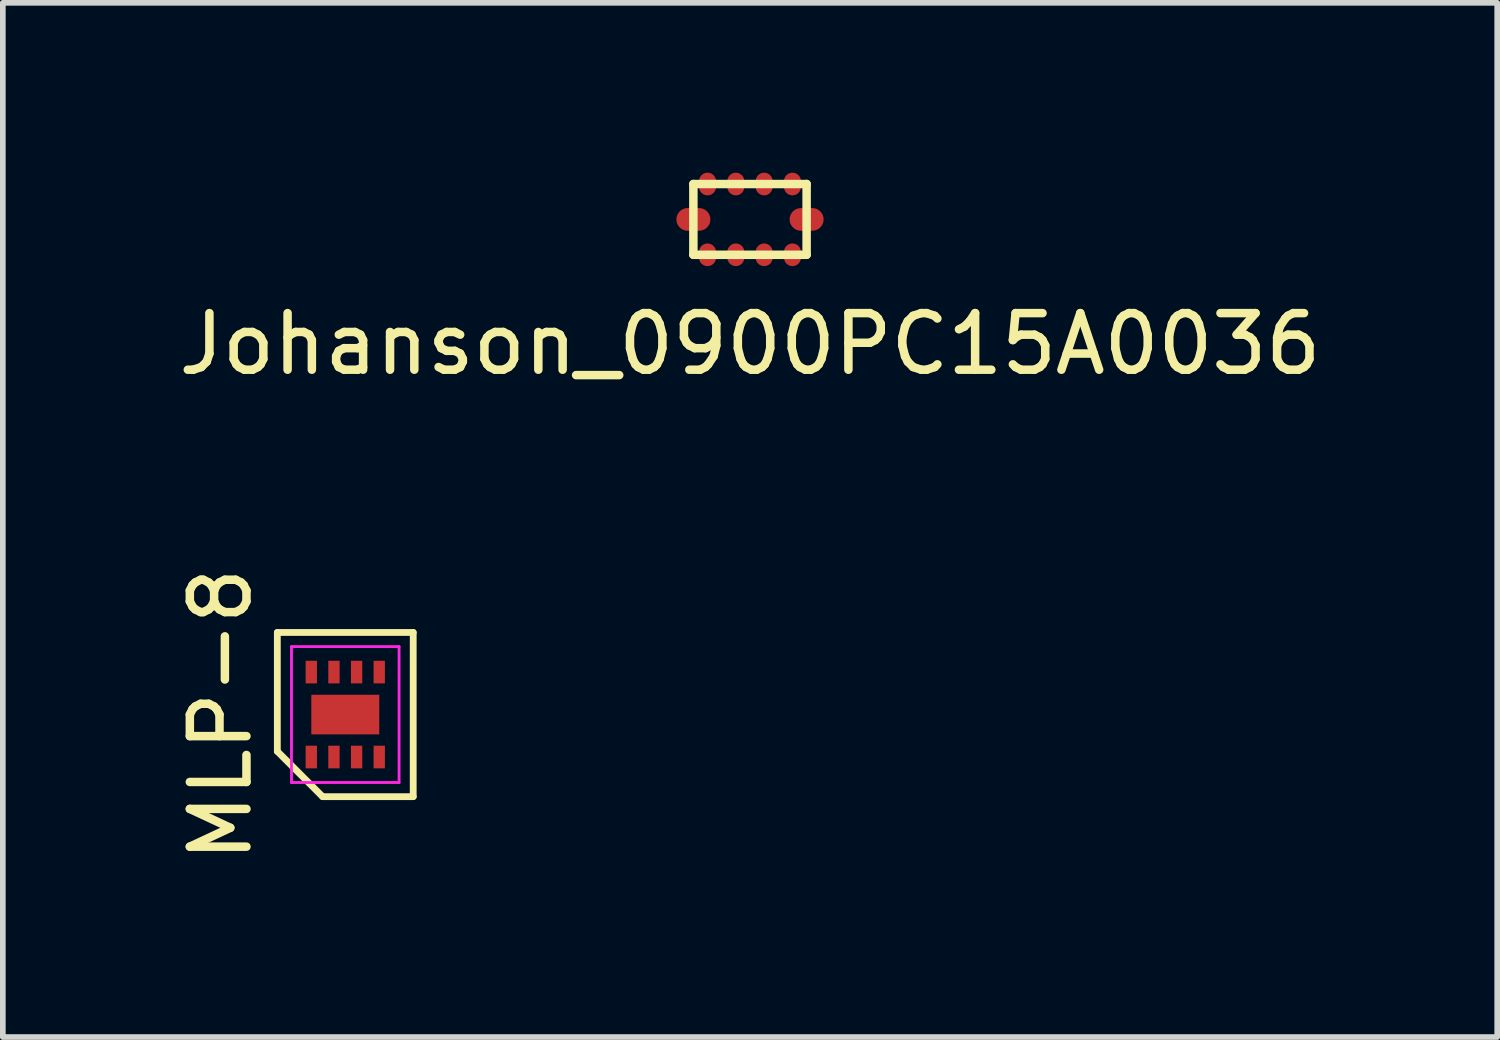
<source format=kicad_pcb>
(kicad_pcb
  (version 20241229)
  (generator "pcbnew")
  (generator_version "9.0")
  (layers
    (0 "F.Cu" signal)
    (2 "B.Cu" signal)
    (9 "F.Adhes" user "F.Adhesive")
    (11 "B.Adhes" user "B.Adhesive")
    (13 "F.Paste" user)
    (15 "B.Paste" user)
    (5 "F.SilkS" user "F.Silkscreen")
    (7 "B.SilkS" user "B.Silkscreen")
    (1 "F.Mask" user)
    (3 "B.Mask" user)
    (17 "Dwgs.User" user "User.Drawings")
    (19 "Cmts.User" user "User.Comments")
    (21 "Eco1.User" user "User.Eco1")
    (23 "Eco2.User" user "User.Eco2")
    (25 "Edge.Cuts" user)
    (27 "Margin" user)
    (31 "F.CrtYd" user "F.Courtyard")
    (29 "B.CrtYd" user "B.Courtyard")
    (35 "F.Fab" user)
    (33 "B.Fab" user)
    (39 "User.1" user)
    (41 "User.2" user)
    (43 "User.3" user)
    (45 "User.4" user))
  (footprint "Johanson_0900PC15A0036"
    (layer "F.Cu")
    (at 10.196 0.825)
    (property "Reference" "Johanson_0900PC15A0036" (at 0 2.2 0) (layer "F.SilkS") (effects (font (size 1 1) (thickness 0.15))))
    (attr through_hole)
    (fp_line (start -1 -0.625) (end 1 -0.625) (stroke (width 0.15) (type solid)) (layer "F.SilkS"))
    (fp_line (start -1 0.625) (end -1 -0.625) (stroke (width 0.15) (type solid)) (layer "F.SilkS"))
    (fp_line (start 1 -0.625) (end 1 0.625) (stroke (width 0.15) (type solid)) (layer "F.SilkS"))
    (fp_line (start 1 0.625) (end -1 0.625) (stroke (width 0.15) (type solid)) (layer "F.SilkS"))
    (pad "1" smd oval (at -0.75 0.625) (size 0.3 0.4) (layers "F.Cu" "F.Mask" "F.Paste"))
    (pad "2" smd oval (at -0.25 0.625) (size 0.3 0.4) (layers "F.Cu" "F.Mask" "F.Paste"))
    (pad "3" smd oval (at 0.25 0.625) (size 0.3 0.4) (layers "F.Cu" "F.Mask" "F.Paste"))
    (pad "4" smd oval (at 0.75 0.625) (size 0.3 0.4) (layers "F.Cu" "F.Mask" "F.Paste"))
    (pad "5" smd oval (at 1 0) (size 0.6 0.4) (layers "F.Cu" "F.Mask" "F.Paste"))
    (pad "6" smd oval (at 0.75 -0.625) (size 0.3 0.4) (layers "F.Cu" "F.Mask" "F.Paste"))
    (pad "7" smd oval (at 0.25 -0.625) (size 0.3 0.4) (layers "F.Cu" "F.Mask" "F.Paste"))
    (pad "8" smd oval (at -0.25 -0.625) (size 0.3 0.4) (layers "F.Cu" "F.Mask" "F.Paste"))
    (pad "9" smd oval (at -0.75 -0.625) (size 0.3 0.4) (layers "F.Cu" "F.Mask" "F.Paste"))
    (pad "10" smd oval (at -1 0) (size 0.6 0.4) (layers "F.Cu" "F.Mask" "F.Paste")))
  (footprint "MLP-8"
    (layer "F.Cu")
    (at 3.048 9.57)
    (property "Reference" "MLP-8" (at -2.2 0 90) (layer "F.SilkS") (effects (font (size 1 1) (thickness 0.15))))
    (attr smd)
    (fp_line (start -1.2 -1.45) (end 1.2 -1.45) (stroke (width 0.12) (type solid)) (layer "F.SilkS"))
    (fp_line (start -1.2 0.65) (end -1.2 -1.45) (stroke (width 0.12) (type solid)) (layer "F.SilkS"))
    (fp_line (start -0.4 1.45) (end -1.2 0.65) (stroke (width 0.12) (type solid)) (layer "F.SilkS"))
    (fp_line (start 1.2 -1.45) (end 1.2 1.45) (stroke (width 0.12) (type solid)) (layer "F.SilkS"))
    (fp_line (start 1.2 1.45) (end -0.4 1.45) (stroke (width 0.12) (type solid)) (layer "F.SilkS"))
    (fp_line (start -0.95 -1.2) (end 0.95 -1.2) (stroke (width 0.05) (type solid)) (layer "F.CrtYd"))
    (fp_line (start -0.95 1.2) (end -0.95 -1.2) (stroke (width 0.05) (type solid)) (layer "F.CrtYd"))
    (fp_line (start 0.95 -1.2) (end 0.95 1.2) (stroke (width 0.05) (type solid)) (layer "F.CrtYd"))
    (fp_line (start 0.95 1.2) (end -0.95 1.2) (stroke (width 0.05) (type solid)) (layer "F.CrtYd"))
    (pad "1" smd rect (at -0.6 0.75) (size 0.2 0.4) (layers "F.Cu" "F.Mask" "F.Paste"))
    (pad "2" smd rect (at -0.2 0.75) (size 0.2 0.4) (layers "F.Cu" "F.Mask" "F.Paste"))
    (pad "3" smd rect (at 0.2 0.75) (size 0.2 0.4) (layers "F.Cu" "F.Mask" "F.Paste"))
    (pad "4" smd rect (at 0.6 0.75) (size 0.2 0.4) (layers "F.Cu" "F.Mask" "F.Paste"))
    (pad "5" smd rect (at 0.6 -0.75) (size 0.2 0.4) (layers "F.Cu" "F.Mask" "F.Paste"))
    (pad "6" smd rect (at 0.2 -0.75) (size 0.2 0.4) (layers "F.Cu" "F.Mask" "F.Paste"))
    (pad "7" smd rect (at -0.2 -0.75) (size 0.2 0.4) (layers "F.Cu" "F.Mask" "F.Paste"))
    (pad "8" smd rect (at -0.6 -0.75) (size 0.2 0.4) (layers "F.Cu" "F.Mask" "F.Paste"))
    (pad "9" smd rect (at 0 0) (size 1.2 0.7) (layers "F.Cu" "F.Mask" "F.Paste")))
  (gr_rect
    (start -3 -3)
    (end 23.393 15.266)
    (stroke (width 0.1) (type default))
    (fill no)
    (layer "Edge.Cuts")))
</source>
